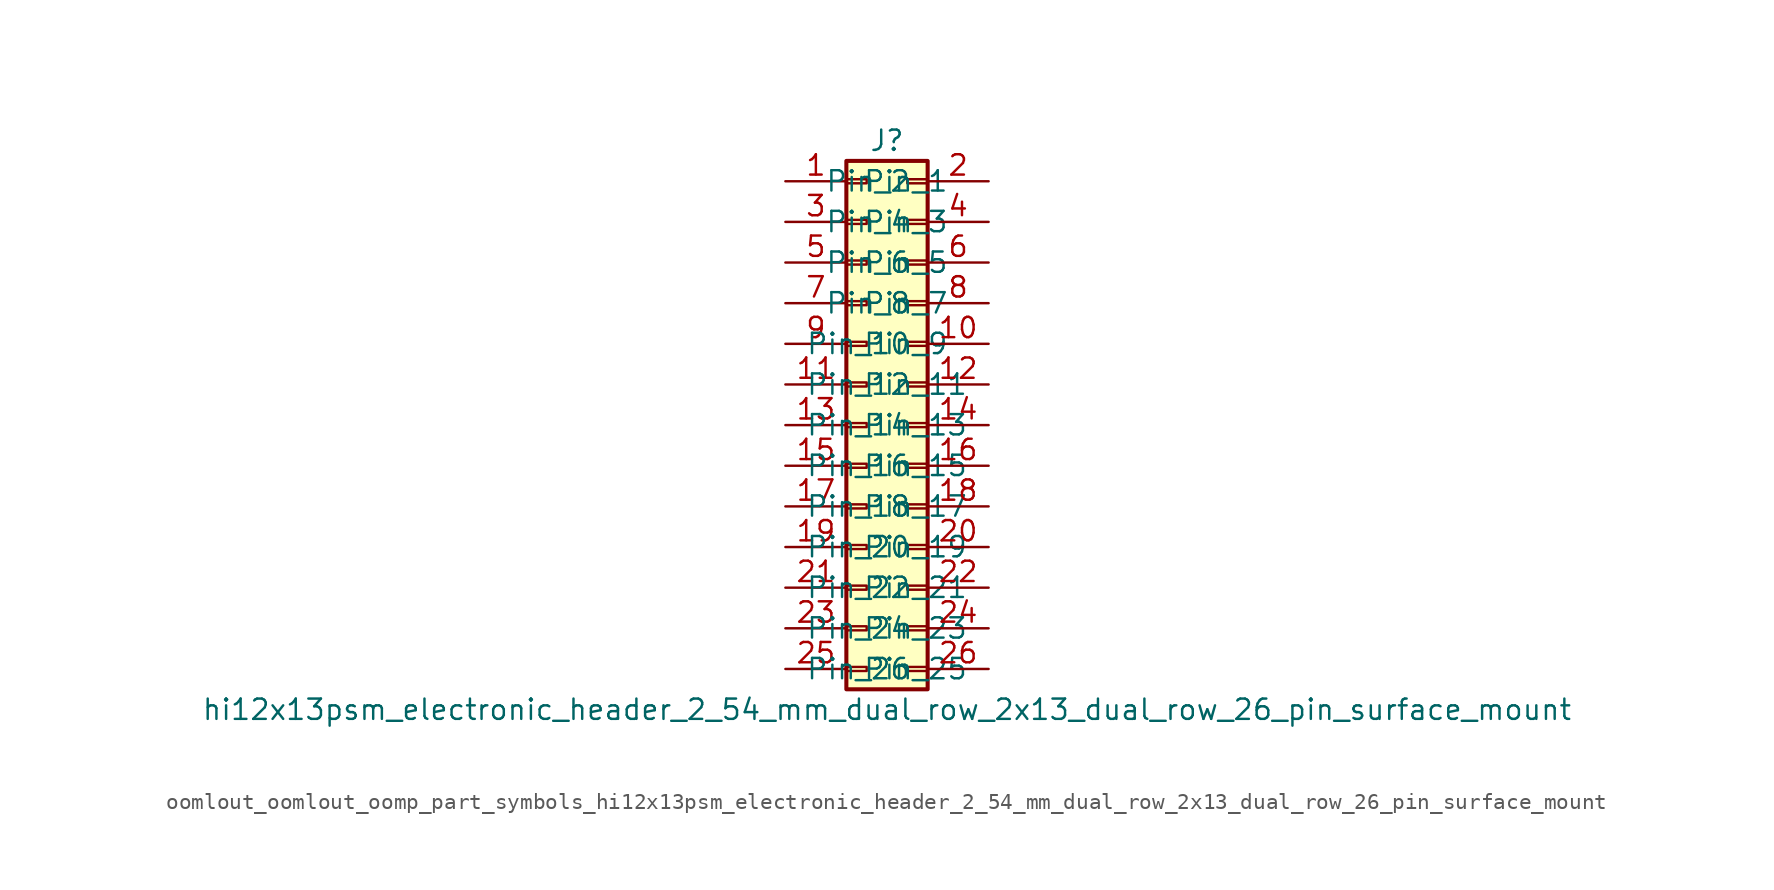
<source format=kicad_sym>
(kicad_symbol_lib
  (version 20220914)
  (generator kicad_symbol_editor)
  (symbol "oomlout_oomlout_oomp_part_symbols_hi12x13psm_electronic_header_2_54_mm_dual_row_2x13_dual_row_26_pin_surface_mount"
    (pin_names
      (offset 1.016))
    (property "Reference" "J"
      (at 1.27 17.78 0)
      (effects (font (size 1.27 1.27))))
    (property "Value" "hi12x13psm_electronic_header_2_54_mm_dual_row_2x13_dual_row_26_pin_surface_mount"
      (at 1.27 -17.78 0)
      (effects (font (size 1.27 1.27))))
    (symbol "oomlout_oomlout_oomp_part_symbols_hi12x13psm_electronic_header_2_54_mm_dual_row_2x13_dual_row_26_pin_surface_mount_1_1"
      (rectangle (start -1.27 -15.113) (end 0 -15.367) (stroke (width 0.152) (type default)) (fill (type none)))
      (rectangle (start -1.27 -12.573) (end 0 -12.827) (stroke (width 0.152) (type default)) (fill (type none)))
      (rectangle (start -1.27 -10.033) (end 0 -10.287) (stroke (width 0.152) (type default)) (fill (type none)))
      (rectangle (start -1.27 -7.493) (end 0 -7.747) (stroke (width 0.152) (type default)) (fill (type none)))
      (rectangle (start -1.27 -4.953) (end 0 -5.207) (stroke (width 0.152) (type default)) (fill (type none)))
      (rectangle (start -1.27 -2.413) (end 0 -2.667) (stroke (width 0.152) (type default)) (fill (type none)))
      (rectangle (start -1.27 0.127) (end 0 -0.127) (stroke (width 0.152) (type default)) (fill (type none)))
      (rectangle (start -1.27 2.667) (end 0 2.413) (stroke (width 0.152) (type default)) (fill (type none)))
      (rectangle (start -1.27 5.207) (end 0 4.953) (stroke (width 0.152) (type default)) (fill (type none)))
      (rectangle (start -1.27 7.747) (end 0 7.493) (stroke (width 0.152) (type default)) (fill (type none)))
      (rectangle (start -1.27 10.287) (end 0 10.033) (stroke (width 0.152) (type default)) (fill (type none)))
      (rectangle (start -1.27 12.827) (end 0 12.573) (stroke (width 0.152) (type default)) (fill (type none)))
      (rectangle (start -1.27 15.367) (end 0 15.113) (stroke (width 0.152) (type default)) (fill (type none)))
      (rectangle (start -1.27 16.51) (end 3.81 -16.51) (stroke (width 0.254) (type default)) (fill (type background)))
      (rectangle (start 3.81 -15.113) (end 2.54 -15.367) (stroke (width 0.152) (type default)) (fill (type none)))
      (rectangle (start 3.81 -12.573) (end 2.54 -12.827) (stroke (width 0.152) (type default)) (fill (type none)))
      (rectangle (start 3.81 -10.033) (end 2.54 -10.287) (stroke (width 0.152) (type default)) (fill (type none)))
      (rectangle (start 3.81 -7.493) (end 2.54 -7.747) (stroke (width 0.152) (type default)) (fill (type none)))
      (rectangle (start 3.81 -4.953) (end 2.54 -5.207) (stroke (width 0.152) (type default)) (fill (type none)))
      (rectangle (start 3.81 -2.413) (end 2.54 -2.667) (stroke (width 0.152) (type default)) (fill (type none)))
      (rectangle (start 3.81 0.127) (end 2.54 -0.127) (stroke (width 0.152) (type default)) (fill (type none)))
      (rectangle (start 3.81 2.667) (end 2.54 2.413) (stroke (width 0.152) (type default)) (fill (type none)))
      (rectangle (start 3.81 5.207) (end 2.54 4.953) (stroke (width 0.152) (type default)) (fill (type none)))
      (rectangle (start 3.81 7.747) (end 2.54 7.493) (stroke (width 0.152) (type default)) (fill (type none)))
      (rectangle (start 3.81 10.287) (end 2.54 10.033) (stroke (width 0.152) (type default)) (fill (type none)))
      (rectangle (start 3.81 12.827) (end 2.54 12.573) (stroke (width 0.152) (type default)) (fill (type none)))
      (rectangle (start 3.81 15.367) (end 2.54 15.113) (stroke (width 0.152) (type default)) (fill (type none)))
      (pin passive line (at -5.08 15.24 0) (length 3.81) (name "Pin_1" (effects (font (size 1.27 1.27)))) (number "1" (effects (font (size 1.27 1.27)))))
      (pin passive line (at 7.62 5.08 180) (length 3.81) (name "Pin_10" (effects (font (size 1.27 1.27)))) (number "10" (effects (font (size 1.27 1.27)))))
      (pin passive line (at -5.08 2.54 0) (length 3.81) (name "Pin_11" (effects (font (size 1.27 1.27)))) (number "11" (effects (font (size 1.27 1.27)))))
      (pin passive line (at 7.62 2.54 180) (length 3.81) (name "Pin_12" (effects (font (size 1.27 1.27)))) (number "12" (effects (font (size 1.27 1.27)))))
      (pin passive line (at -5.08 0 0) (length 3.81) (name "Pin_13" (effects (font (size 1.27 1.27)))) (number "13" (effects (font (size 1.27 1.27)))))
      (pin passive line (at 7.62 0 180) (length 3.81) (name "Pin_14" (effects (font (size 1.27 1.27)))) (number "14" (effects (font (size 1.27 1.27)))))
      (pin passive line (at -5.08 -2.54 0) (length 3.81) (name "Pin_15" (effects (font (size 1.27 1.27)))) (number "15" (effects (font (size 1.27 1.27)))))
      (pin passive line (at 7.62 -2.54 180) (length 3.81) (name "Pin_16" (effects (font (size 1.27 1.27)))) (number "16" (effects (font (size 1.27 1.27)))))
      (pin passive line (at -5.08 -5.08 0) (length 3.81) (name "Pin_17" (effects (font (size 1.27 1.27)))) (number "17" (effects (font (size 1.27 1.27)))))
      (pin passive line (at 7.62 -5.08 180) (length 3.81) (name "Pin_18" (effects (font (size 1.27 1.27)))) (number "18" (effects (font (size 1.27 1.27)))))
      (pin passive line (at -5.08 -7.62 0) (length 3.81) (name "Pin_19" (effects (font (size 1.27 1.27)))) (number "19" (effects (font (size 1.27 1.27)))))
      (pin passive line (at 7.62 15.24 180) (length 3.81) (name "Pin_2" (effects (font (size 1.27 1.27)))) (number "2" (effects (font (size 1.27 1.27)))))
      (pin passive line (at 7.62 -7.62 180) (length 3.81) (name "Pin_20" (effects (font (size 1.27 1.27)))) (number "20" (effects (font (size 1.27 1.27)))))
      (pin passive line (at -5.08 -10.16 0) (length 3.81) (name "Pin_21" (effects (font (size 1.27 1.27)))) (number "21" (effects (font (size 1.27 1.27)))))
      (pin passive line (at 7.62 -10.16 180) (length 3.81) (name "Pin_22" (effects (font (size 1.27 1.27)))) (number "22" (effects (font (size 1.27 1.27)))))
      (pin passive line (at -5.08 -12.7 0) (length 3.81) (name "Pin_23" (effects (font (size 1.27 1.27)))) (number "23" (effects (font (size 1.27 1.27)))))
      (pin passive line (at 7.62 -12.7 180) (length 3.81) (name "Pin_24" (effects (font (size 1.27 1.27)))) (number "24" (effects (font (size 1.27 1.27)))))
      (pin passive line (at -5.08 -15.24 0) (length 3.81) (name "Pin_25" (effects (font (size 1.27 1.27)))) (number "25" (effects (font (size 1.27 1.27)))))
      (pin passive line (at 7.62 -15.24 180) (length 3.81) (name "Pin_26" (effects (font (size 1.27 1.27)))) (number "26" (effects (font (size 1.27 1.27)))))
      (pin passive line (at -5.08 12.7 0) (length 3.81) (name "Pin_3" (effects (font (size 1.27 1.27)))) (number "3" (effects (font (size 1.27 1.27)))))
      (pin passive line (at 7.62 12.7 180) (length 3.81) (name "Pin_4" (effects (font (size 1.27 1.27)))) (number "4" (effects (font (size 1.27 1.27)))))
      (pin passive line (at -5.08 10.16 0) (length 3.81) (name "Pin_5" (effects (font (size 1.27 1.27)))) (number "5" (effects (font (size 1.27 1.27)))))
      (pin passive line (at 7.62 10.16 180) (length 3.81) (name "Pin_6" (effects (font (size 1.27 1.27)))) (number "6" (effects (font (size 1.27 1.27)))))
      (pin passive line (at -5.08 7.62 0) (length 3.81) (name "Pin_7" (effects (font (size 1.27 1.27)))) (number "7" (effects (font (size 1.27 1.27)))))
      (pin passive line (at 7.62 7.62 180) (length 3.81) (name "Pin_8" (effects (font (size 1.27 1.27)))) (number "8" (effects (font (size 1.27 1.27)))))
      (pin passive line (at -5.08 5.08 0) (length 3.81) (name "Pin_9" (effects (font (size 1.27 1.27)))) (number "9" (effects (font (size 1.27 1.27))))))))
</source>
